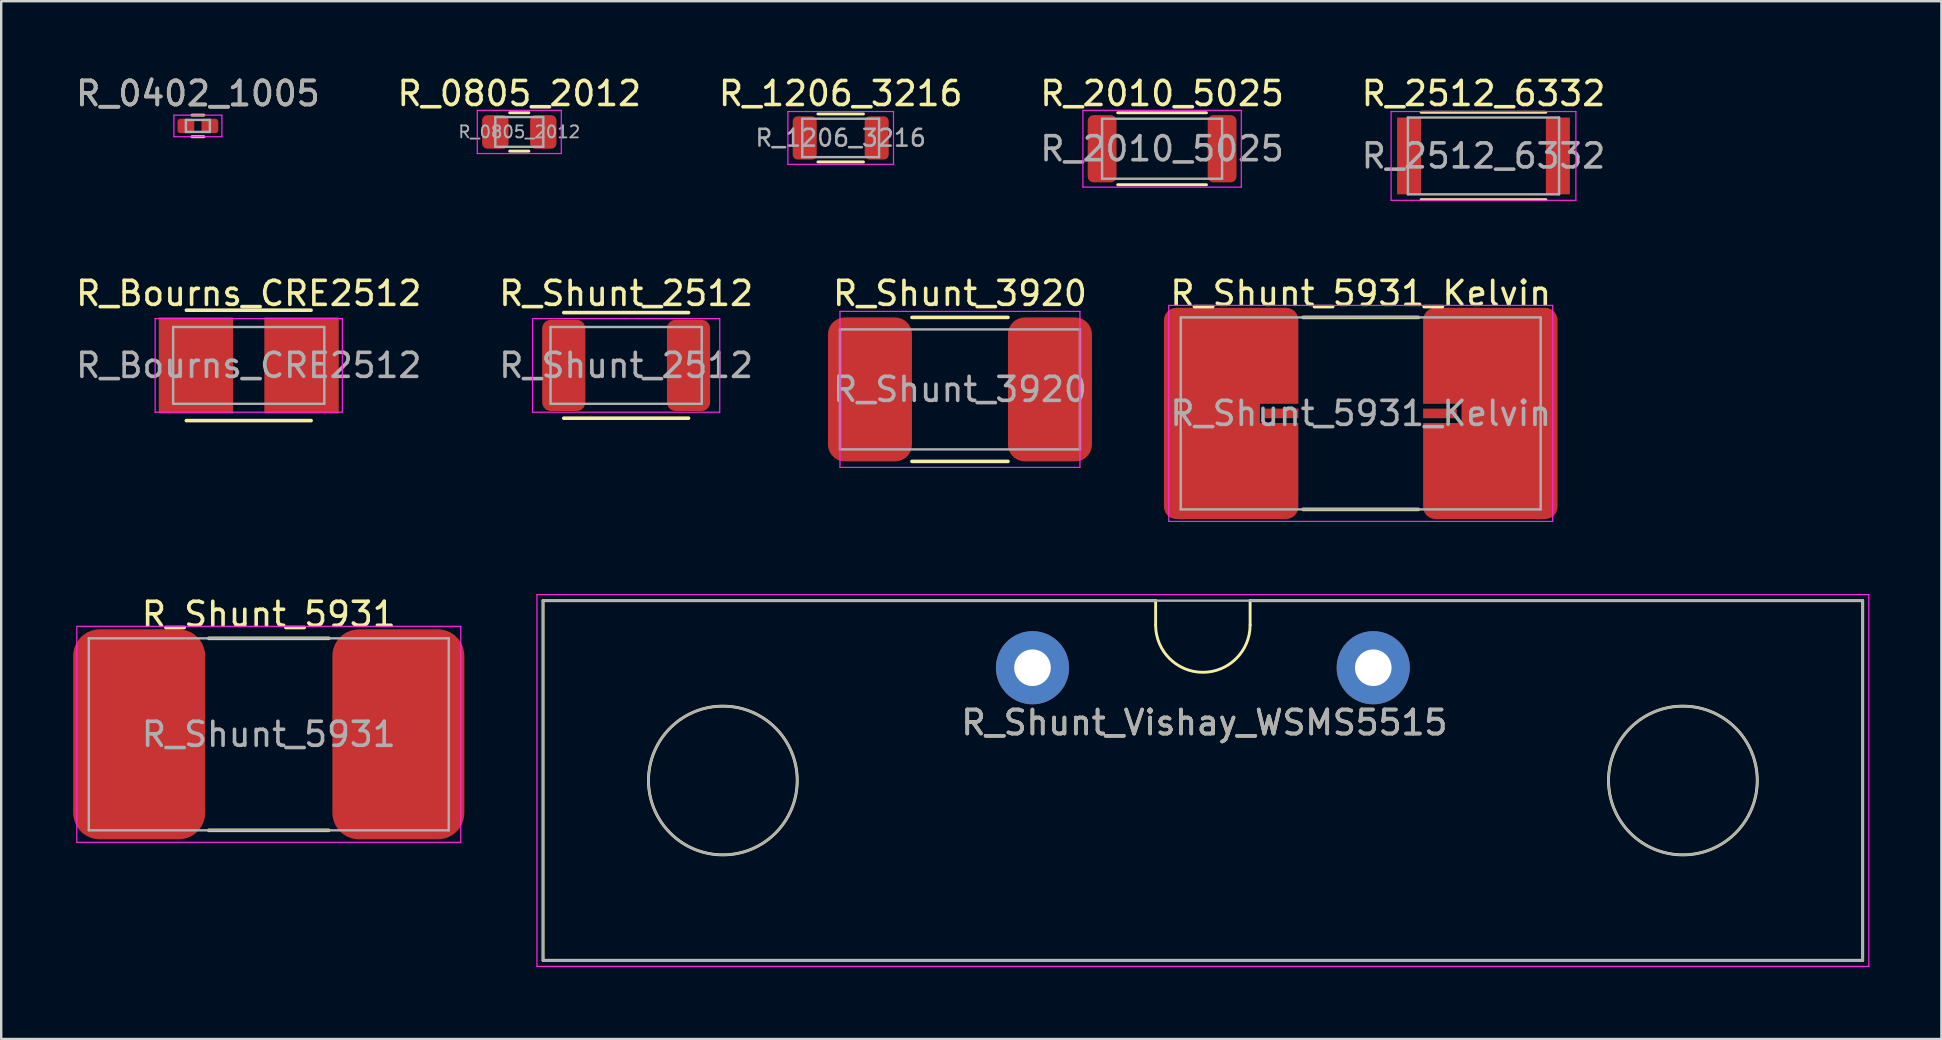
<source format=kicad_pcb>
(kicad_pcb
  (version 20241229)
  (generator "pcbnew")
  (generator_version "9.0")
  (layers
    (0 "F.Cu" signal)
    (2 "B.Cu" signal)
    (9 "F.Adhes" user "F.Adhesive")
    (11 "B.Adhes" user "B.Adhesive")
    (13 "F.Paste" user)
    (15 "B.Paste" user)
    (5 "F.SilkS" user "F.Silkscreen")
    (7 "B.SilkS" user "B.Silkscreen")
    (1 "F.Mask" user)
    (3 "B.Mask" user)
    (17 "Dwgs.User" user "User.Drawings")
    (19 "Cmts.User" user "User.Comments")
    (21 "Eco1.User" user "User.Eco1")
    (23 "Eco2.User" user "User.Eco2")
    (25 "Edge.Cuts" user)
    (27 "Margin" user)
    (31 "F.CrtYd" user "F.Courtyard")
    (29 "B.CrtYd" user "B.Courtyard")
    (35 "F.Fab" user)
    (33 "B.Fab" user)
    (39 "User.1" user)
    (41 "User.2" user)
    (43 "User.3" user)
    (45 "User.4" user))
  (footprint "R_2010_5025"
    (layer "F.Cu")
    (at 45.375 3.148)
    (property "Reference" "R_2010_5025" (at 0 -2.3 0) (layer "F.SilkS") (effects (font (size 1 1) (thickness 0.15))))
    (attr smd)
    (fp_line (start -1.85 -1.5) (end 1.85 -1.5) (stroke (width 0.12) (type solid)) (layer "F.SilkS"))
    (fp_line (start 1.85 1.5) (end -1.85 1.5) (stroke (width 0.12) (type solid)) (layer "F.SilkS"))
    (fp_line (start -3.3 -1.6) (end -3.3 1.6) (stroke (width 0.05) (type solid)) (layer "F.CrtYd"))
    (fp_line (start -3.3 -1.6) (end 3.3 -1.6) (stroke (width 0.05) (type solid)) (layer "F.CrtYd"))
    (fp_line (start 3.3 1.6) (end -3.3 1.6) (stroke (width 0.05) (type solid)) (layer "F.CrtYd"))
    (fp_line (start 3.3 1.6) (end 3.3 -1.6) (stroke (width 0.05) (type solid)) (layer "F.CrtYd"))
    (fp_line (start -2.5 -1.25) (end 2.5 -1.25) (stroke (width 0.1) (type solid)) (layer "F.Fab"))
    (fp_line (start -2.5 1.25) (end -2.5 -1.25) (stroke (width 0.1) (type solid)) (layer "F.Fab"))
    (fp_line (start 2.5 -1.25) (end 2.5 1.25) (stroke (width 0.1) (type solid)) (layer "F.Fab"))
    (fp_line (start 2.5 1.25) (end -2.5 1.25) (stroke (width 0.1) (type solid)) (layer "F.Fab"))
    (fp_text user "${REFERENCE}" (at 0 0 0) (layer "F.Fab") (effects (font (size 1 1) (thickness 0.15))))
    (pad "1" smd roundrect (at -2.5 0) (size 1.2 2.8) (layers "F.Cu" "F.Mask" "F.Paste") (roundrect_rratio 0.2))
    (pad "2" smd roundrect (at 2.5 0) (size 1.2 2.8) (layers "F.Cu" "F.Mask" "F.Paste") (roundrect_rratio 0.2)))
  (footprint "R_Bourns_CRE2512"
    (layer "F.Cu")
    (at 7.315 12.177)
    (property "Reference" "R_Bourns_CRE2512" (at 0 -3 0) (layer "F.SilkS") (effects (font (size 1 1) (thickness 0.15))))
    (attr smd)
    (fp_line (start -2.6 -2.3) (end 2.6 -2.3) (stroke (width 0.15) (type solid)) (layer "F.SilkS"))
    (fp_line (start 2.6 2.3) (end -2.6 2.3) (stroke (width 0.15) (type solid)) (layer "F.SilkS"))
    (fp_line (start -3.9 -1.95) (end -3.9 1.95) (stroke (width 0.05) (type solid)) (layer "F.CrtYd"))
    (fp_line (start -3.9 -1.95) (end 3.9 -1.95) (stroke (width 0.05) (type solid)) (layer "F.CrtYd"))
    (fp_line (start -3.9 1.95) (end 3.9 1.95) (stroke (width 0.05) (type solid)) (layer "F.CrtYd"))
    (fp_line (start 3.9 -1.95) (end 3.9 1.95) (stroke (width 0.05) (type solid)) (layer "F.CrtYd"))
    (fp_line (start -3.15 -1.6) (end 3.15 -1.6) (stroke (width 0.1) (type solid)) (layer "F.Fab"))
    (fp_line (start -3.15 1.6) (end -3.15 -1.6) (stroke (width 0.1) (type solid)) (layer "F.Fab"))
    (fp_line (start 3.15 -1.6) (end 3.15 1.6) (stroke (width 0.1) (type solid)) (layer "F.Fab"))
    (fp_line (start 3.15 1.6) (end -3.15 1.6) (stroke (width 0.1) (type solid)) (layer "F.Fab"))
    (fp_text user "${REFERENCE}" (at 0 0 0) (layer "F.Fab") (effects (font (size 1 1) (thickness 0.15))))
    (pad "1" smd rect (at -2.2 0) (size 3.1 4) (layers "F.Cu" "F.Mask" "F.Paste"))
    (pad "2" smd rect (at 2.2 0) (size 3.1 4) (layers "F.Cu" "F.Mask" "F.Paste")))
  (footprint "R_Shunt_3920"
    (layer "F.Cu")
    (at 36.952 13.177)
    (property "Reference" "R_Shunt_3920" (at 0 -4 0) (layer "F.SilkS") (effects (font (size 1 1) (thickness 0.15))))
    (attr smd)
    (fp_line (start -2 -3) (end 2 -3) (stroke (width 0.15) (type solid)) (layer "F.SilkS"))
    (fp_line (start 2 3) (end -2 3) (stroke (width 0.15) (type solid)) (layer "F.SilkS"))
    (fp_line (start -5 -3.25) (end -5 3.25) (stroke (width 0.05) (type solid)) (layer "F.CrtYd"))
    (fp_line (start -5 -3.25) (end 5 -3.25) (stroke (width 0.05) (type solid)) (layer "F.CrtYd"))
    (fp_line (start -5 3.25) (end 5 3.25) (stroke (width 0.05) (type solid)) (layer "F.CrtYd"))
    (fp_line (start 5 -3.25) (end 5 3.25) (stroke (width 0.05) (type solid)) (layer "F.CrtYd"))
    (fp_line (start -5 -2.5) (end 5 -2.5) (stroke (width 0.1) (type solid)) (layer "F.Fab"))
    (fp_line (start -5 2.5) (end -5 -2.5) (stroke (width 0.1) (type solid)) (layer "F.Fab"))
    (fp_line (start 5 -2.5) (end 5 2.5) (stroke (width 0.1) (type solid)) (layer "F.Fab"))
    (fp_line (start 5 2.5) (end -5 2.5) (stroke (width 0.1) (type solid)) (layer "F.Fab"))
    (fp_text user "${REFERENCE}" (at 0 0 0) (layer "F.Fab") (effects (font (size 1 1) (thickness 0.15))))
    (pad "1" smd roundrect (at -3.75 0) (size 3.5 6) (layers "F.Cu" "F.Mask" "F.Paste") (roundrect_rratio 0.2))
    (pad "2" smd roundrect (at 3.75 0) (size 3.5 6) (layers "F.Cu" "F.Mask" "F.Paste") (roundrect_rratio 0.2)))
  (footprint "R_Shunt_5931"
    (layer "F.Cu")
    (at 8.15 27.55)
    (property "Reference" "R_Shunt_5931" (at 0 -5 0) (layer "F.SilkS") (effects (font (size 1 1) (thickness 0.15))))
    (attr smd)
    (fp_line (start -2.5 -4) (end 2.5 -4) (stroke (width 0.15) (type solid)) (layer "F.SilkS"))
    (fp_line (start 2.5 4) (end -2.5 4) (stroke (width 0.15) (type solid)) (layer "F.SilkS"))
    (fp_line (start -8 -4.5) (end -8 4.5) (stroke (width 0.05) (type solid)) (layer "F.CrtYd"))
    (fp_line (start -8 -4.5) (end 8 -4.5) (stroke (width 0.05) (type solid)) (layer "F.CrtYd"))
    (fp_line (start -8 4.5) (end 8 4.5) (stroke (width 0.05) (type solid)) (layer "F.CrtYd"))
    (fp_line (start 8 -4.5) (end 8 4.5) (stroke (width 0.05) (type solid)) (layer "F.CrtYd"))
    (fp_line (start -7.5 -4) (end 7.5 -4) (stroke (width 0.1) (type solid)) (layer "F.Fab"))
    (fp_line (start -7.5 4) (end -7.5 -4) (stroke (width 0.1) (type solid)) (layer "F.Fab"))
    (fp_line (start 7.5 -4) (end 7.5 4) (stroke (width 0.1) (type solid)) (layer "F.Fab"))
    (fp_line (start 7.5 4) (end -7.5 4) (stroke (width 0.1) (type solid)) (layer "F.Fab"))
    (fp_text user "${REFERENCE}" (at 0 0 0) (layer "F.Fab") (effects (font (size 1 1) (thickness 0.15))))
    (pad "1" smd roundrect (at -5.4 0) (size 5.5 8.75) (layers "F.Cu" "F.Mask" "F.Paste") (roundrect_rratio 0.2))
    (pad "2" smd roundrect (at 5.4 0) (size 5.5 8.75) (layers "F.Cu" "F.Mask" "F.Paste") (roundrect_rratio 0.2)))
  (footprint "R_Shunt_Vishay_WSMS5515"
    (layer "F.Cu")
    (at 19.579 36.967)
    (property "Reference" "R_Shunt_Vishay_WSMS5515" (at 27.559 -9.906 0) (layer "F.SilkS") (effects (font (size 1 1) (thickness 0.15))))
    (attr through_hole)
    (fp_line (start 0 -14.986) (end 0 0) (stroke (width 0.12) (type solid)) (layer "F.SilkS"))
    (fp_line (start 0 0) (end 54.991 0) (stroke (width 0.12) (type solid)) (layer "F.SilkS"))
    (fp_line (start 25.527 -14.986) (end 0 -14.986) (stroke (width 0.12) (type solid)) (layer "F.SilkS"))
    (fp_line (start 25.527 -13.97) (end 25.527 -14.986) (stroke (width 0.12) (type solid)) (layer "F.SilkS"))
    (fp_line (start 29.464 -14.986) (end 54.991 -14.986) (stroke (width 0.12) (type solid)) (layer "F.SilkS"))
    (fp_line (start 29.464 -13.97) (end 29.464 -14.986) (stroke (width 0.12) (type solid)) (layer "F.SilkS"))
    (fp_line (start 54.991 0) (end 54.991 -14.986) (stroke (width 0.12) (type solid)) (layer "F.SilkS"))
    (fp_arc (start 29.464 -13.97) (mid 27.4955 -12.0015) (end 25.527 -13.97) (stroke (width 0.12) (type solid)) (layer "F.SilkS"))
    (fp_circle (center 7.493 -7.493) (end 10.592 -7.493) (stroke (width 0.12) (type solid)) (fill no) (layer "F.SilkS"))
    (fp_circle (center 47.498 -7.493) (end 50.597 -7.493) (stroke (width 0.12) (type solid)) (fill no) (layer "F.SilkS"))
    (fp_line (start -0.254 -15.24) (end -0.254 0.254) (stroke (width 0.05) (type solid)) (layer "F.CrtYd"))
    (fp_line (start -0.254 -15.24) (end 55.245 -15.24) (stroke (width 0.05) (type solid)) (layer "F.CrtYd"))
    (fp_line (start -0.254 0.254) (end 55.245 0.254) (stroke (width 0.05) (type solid)) (layer "F.CrtYd"))
    (fp_line (start 55.245 -15.24) (end 55.245 0.254) (stroke (width 0.05) (type solid)) (layer "F.CrtYd"))
    (fp_line (start 0 -14.986) (end 0 0) (stroke (width 0.1) (type solid)) (layer "F.Fab"))
    (fp_line (start 0 0) (end 54.991 0) (stroke (width 0.1) (type solid)) (layer "F.Fab"))
    (fp_line (start 54.991 -14.986) (end 0 -14.986) (stroke (width 0.1) (type solid)) (layer "F.Fab"))
    (fp_line (start 54.991 0) (end 54.991 -14.986) (stroke (width 0.1) (type solid)) (layer "F.Fab"))
    (fp_circle (center 7.493 -7.493) (end 10.592 -7.493) (stroke (width 0.1) (type solid)) (fill no) (layer "F.Fab"))
    (fp_circle (center 47.498 -7.493) (end 50.597 -7.493) (stroke (width 0.1) (type solid)) (fill no) (layer "F.Fab"))
    (fp_text user "${REFERENCE}" (at 27.559 -9.906 0) (layer "F.Fab") (effects (font (size 1 1) (thickness 0.15))))
    (pad "1" thru_hole circle (at 20.396 -12.192) (size 3.048 3.048) (drill 1.524) (layers "*.Cu" "*.Mask"))
    (pad "2" thru_hole circle (at 34.595 -12.192) (size 3.048 3.048) (drill 1.524) (layers "*.Cu" "*.Mask")))
  (footprint "R_1206_3216"
    (layer "F.Cu")
    (at 31.982 2.698)
    (property "Reference" "R_1206_3216" (at 0 -1.85 0) (layer "F.SilkS") (effects (font (size 1 1) (thickness 0.15))))
    (attr smd)
    (fp_line (start -0.95 -1) (end 0.95 -1) (stroke (width 0.12) (type solid)) (layer "F.SilkS"))
    (fp_line (start 0.95 1) (end -0.95 1) (stroke (width 0.12) (type solid)) (layer "F.SilkS"))
    (fp_line (start -2.2 -1.1) (end -2.2 1.1) (stroke (width 0.05) (type solid)) (layer "F.CrtYd"))
    (fp_line (start -2.2 -1.1) (end 2.2 -1.1) (stroke (width 0.05) (type solid)) (layer "F.CrtYd"))
    (fp_line (start 2.2 1.1) (end -2.2 1.1) (stroke (width 0.05) (type solid)) (layer "F.CrtYd"))
    (fp_line (start 2.2 1.1) (end 2.2 -1.1) (stroke (width 0.05) (type solid)) (layer "F.CrtYd"))
    (fp_line (start -1.6 -0.8) (end 1.6 -0.8) (stroke (width 0.1) (type solid)) (layer "F.Fab"))
    (fp_line (start -1.6 0.8) (end -1.6 -0.8) (stroke (width 0.1) (type solid)) (layer "F.Fab"))
    (fp_line (start 1.6 -0.8) (end 1.6 0.8) (stroke (width 0.1) (type solid)) (layer "F.Fab"))
    (fp_line (start 1.6 0.8) (end -1.6 0.8) (stroke (width 0.1) (type solid)) (layer "F.Fab"))
    (fp_text user "${REFERENCE}" (at 0 0 0) (layer "F.Fab") (effects (font (size 0.7 0.7) (thickness 0.105))))
    (pad "1" smd roundrect (at -1.5 0) (size 1 1.8) (layers "F.Cu" "F.Mask" "F.Paste") (roundrect_rratio 0.2))
    (pad "2" smd roundrect (at 1.5 0) (size 1 1.8) (layers "F.Cu" "F.Mask" "F.Paste") (roundrect_rratio 0.2)))
  (footprint "R_Shunt_2512"
    (layer "F.Cu")
    (at 23.042 12.177)
    (property "Reference" "R_Shunt_2512" (at 0 -3 0) (layer "F.SilkS") (effects (font (size 1 1) (thickness 0.15))))
    (attr smd)
    (fp_line (start -2.6 -2.2) (end 2.6 -2.2) (stroke (width 0.15) (type solid)) (layer "F.SilkS"))
    (fp_line (start 2.6 2.2) (end -2.6 2.2) (stroke (width 0.15) (type solid)) (layer "F.SilkS"))
    (fp_line (start -3.9 -1.95) (end -3.9 1.95) (stroke (width 0.05) (type solid)) (layer "F.CrtYd"))
    (fp_line (start -3.9 -1.95) (end 3.9 -1.95) (stroke (width 0.05) (type solid)) (layer "F.CrtYd"))
    (fp_line (start -3.9 1.95) (end 3.9 1.95) (stroke (width 0.05) (type solid)) (layer "F.CrtYd"))
    (fp_line (start 3.9 -1.95) (end 3.9 1.95) (stroke (width 0.05) (type solid)) (layer "F.CrtYd"))
    (fp_line (start -3.15 -1.6) (end 3.15 -1.6) (stroke (width 0.1) (type solid)) (layer "F.Fab"))
    (fp_line (start -3.15 1.6) (end -3.15 -1.6) (stroke (width 0.1) (type solid)) (layer "F.Fab"))
    (fp_line (start 3.15 -1.6) (end 3.15 1.6) (stroke (width 0.1) (type solid)) (layer "F.Fab"))
    (fp_line (start 3.15 1.6) (end -3.15 1.6) (stroke (width 0.1) (type solid)) (layer "F.Fab"))
    (fp_text user "${REFERENCE}" (at 0 0 0) (layer "F.Fab") (effects (font (size 1 1) (thickness 0.15))))
    (pad "1" smd roundrect (at -2.6 0) (size 1.8 3.8) (layers "F.Cu" "F.Mask" "F.Paste") (roundrect_rratio 0.2))
    (pad "2" smd roundrect (at 2.6 0) (size 1.8 3.8) (layers "F.Cu" "F.Mask" "F.Paste") (roundrect_rratio 0.2)))
  (footprint "R_2512_6332"
    (layer "F.Cu")
    (at 58.768 3.448)
    (property "Reference" "R_2512_6332" (at 0 -2.6 0) (layer "F.SilkS") (effects (font (size 1 1) (thickness 0.15))))
    (attr smd)
    (fp_line (start -2.6 -1.82) (end 2.6 -1.82) (stroke (width 0.12) (type solid)) (layer "F.SilkS"))
    (fp_line (start 2.6 1.82) (end -2.6 1.82) (stroke (width 0.12) (type solid)) (layer "F.SilkS"))
    (fp_line (start -3.85 -1.85) (end -3.85 1.85) (stroke (width 0.05) (type solid)) (layer "F.CrtYd"))
    (fp_line (start -3.85 -1.85) (end 3.85 -1.85) (stroke (width 0.05) (type solid)) (layer "F.CrtYd"))
    (fp_line (start 3.85 1.85) (end -3.85 1.85) (stroke (width 0.05) (type solid)) (layer "F.CrtYd"))
    (fp_line (start 3.85 1.85) (end 3.85 -1.85) (stroke (width 0.05) (type solid)) (layer "F.CrtYd"))
    (fp_line (start -3.15 -1.6) (end 3.15 -1.6) (stroke (width 0.1) (type solid)) (layer "F.Fab"))
    (fp_line (start -3.15 1.6) (end -3.15 -1.6) (stroke (width 0.1) (type solid)) (layer "F.Fab"))
    (fp_line (start 3.15 -1.6) (end 3.15 1.6) (stroke (width 0.1) (type solid)) (layer "F.Fab"))
    (fp_line (start 3.15 1.6) (end -3.15 1.6) (stroke (width 0.1) (type solid)) (layer "F.Fab"))
    (fp_text user "${REFERENCE}" (at 0 0 0) (layer "F.Fab") (effects (font (size 1 1) (thickness 0.15))))
    (pad "1" smd rect (at -3.1 0) (size 1 3.2) (layers "F.Cu" "F.Mask" "F.Paste"))
    (pad "2" smd rect (at 3.1 0) (size 1 3.2) (layers "F.Cu" "F.Mask" "F.Paste")))
  (footprint "R_0402_1005"
    (layer "F.Cu")
    (at 5.196 2.198)
    (property "Reference" "R_0402_1005" (at 0 -1.35 0) (layer "F.SilkS") (effects (font (size 1 1) (thickness 0.15))))
    (attr smd)
    (fp_line (start -0.25 0.45) (end 0.25 0.45) (stroke (width 0.12) (type solid)) (layer "F.SilkS"))
    (fp_line (start 0.25 -0.45) (end -0.25 -0.45) (stroke (width 0.12) (type solid)) (layer "F.SilkS"))
    (fp_line (start -1 -0.45) (end -1 0.45) (stroke (width 0.05) (type solid)) (layer "F.CrtYd"))
    (fp_line (start -1 -0.45) (end 1 -0.45) (stroke (width 0.05) (type solid)) (layer "F.CrtYd"))
    (fp_line (start 1 0.45) (end -1 0.45) (stroke (width 0.05) (type solid)) (layer "F.CrtYd"))
    (fp_line (start 1 0.45) (end 1 -0.45) (stroke (width 0.05) (type solid)) (layer "F.CrtYd"))
    (fp_line (start -0.5 -0.25) (end 0.5 -0.25) (stroke (width 0.1) (type solid)) (layer "F.Fab"))
    (fp_line (start -0.5 0.25) (end -0.5 -0.25) (stroke (width 0.1) (type solid)) (layer "F.Fab"))
    (fp_line (start 0.5 -0.25) (end 0.5 0.25) (stroke (width 0.1) (type solid)) (layer "F.Fab"))
    (fp_line (start 0.5 0.25) (end -0.5 0.25) (stroke (width 0.1) (type solid)) (layer "F.Fab"))
    (fp_text user "${REFERENCE}" (at 0 -1.35 0) (layer "F.Fab") (effects (font (size 1 1) (thickness 0.15))))
    (pad "1" smd roundrect (at -0.5 0) (size 0.7 0.6) (layers "F.Cu" "F.Mask" "F.Paste") (roundrect_rratio 0.2))
    (pad "2" smd roundrect (at 0.5 0) (size 0.7 0.6) (layers "F.Cu" "F.Mask" "F.Paste") (roundrect_rratio 0.2)))
  (footprint "R_0805_2012"
    (layer "F.Cu")
    (at 18.589 2.448)
    (property "Reference" "R_0805_2012" (at 0 -1.6 0) (layer "F.SilkS") (effects (font (size 1 1) (thickness 0.15))))
    (attr smd)
    (fp_line (start -0.4 -0.8) (end 0.4 -0.8) (stroke (width 0.12) (type solid)) (layer "F.SilkS"))
    (fp_line (start 0.4 0.8) (end -0.4 0.8) (stroke (width 0.12) (type solid)) (layer "F.SilkS"))
    (fp_line (start -1.75 -0.9) (end -1.75 0.9) (stroke (width 0.05) (type solid)) (layer "F.CrtYd"))
    (fp_line (start -1.75 -0.9) (end 1.75 -0.9) (stroke (width 0.05) (type solid)) (layer "F.CrtYd"))
    (fp_line (start 1.75 0.9) (end -1.75 0.9) (stroke (width 0.05) (type solid)) (layer "F.CrtYd"))
    (fp_line (start 1.75 0.9) (end 1.75 -0.9) (stroke (width 0.05) (type solid)) (layer "F.CrtYd"))
    (fp_line (start -1 -0.62) (end 1 -0.62) (stroke (width 0.1) (type solid)) (layer "F.Fab"))
    (fp_line (start -1 0.62) (end -1 -0.62) (stroke (width 0.1) (type solid)) (layer "F.Fab"))
    (fp_line (start 1 -0.62) (end 1 0.62) (stroke (width 0.1) (type solid)) (layer "F.Fab"))
    (fp_line (start 1 0.62) (end -1 0.62) (stroke (width 0.1) (type solid)) (layer "F.Fab"))
    (fp_text user "${REFERENCE}" (at 0 0 0) (layer "F.Fab") (effects (font (size 0.5 0.5) (thickness 0.075))))
    (pad "1" smd roundrect (at -1 0) (size 1.1 1.4) (layers "F.Cu" "F.Mask" "F.Paste") (roundrect_rratio 0.2))
    (pad "2" smd roundrect (at 1 0) (size 1.1 1.4) (layers "F.Cu" "F.Mask" "F.Paste") (roundrect_rratio 0.2)))
  (footprint "R_Shunt_5931_Kelvin"
    (layer "F.Cu")
    (at 53.652 14.177)
    (property "Reference" "R_Shunt_5931_Kelvin" (at 0 -5 0) (layer "F.SilkS") (effects (font (size 1 1) (thickness 0.15))))
    (attr smd)
    (fp_line (start -2.4 -4) (end 2.4 -4) (stroke (width 0.15) (type solid)) (layer "F.SilkS"))
    (fp_line (start 2.4 4) (end -2.4 4) (stroke (width 0.15) (type solid)) (layer "F.SilkS"))
    (fp_line (start -8 -4.5) (end -8 4.5) (stroke (width 0.05) (type solid)) (layer "F.CrtYd"))
    (fp_line (start -8 -4.5) (end 8 -4.5) (stroke (width 0.05) (type solid)) (layer "F.CrtYd"))
    (fp_line (start -8 4.5) (end 8 4.5) (stroke (width 0.05) (type solid)) (layer "F.CrtYd"))
    (fp_line (start 8 -4.5) (end 8 4.5) (stroke (width 0.05) (type solid)) (layer "F.CrtYd"))
    (fp_line (start -7.5 -4) (end 7.5 -4) (stroke (width 0.1) (type solid)) (layer "F.Fab"))
    (fp_line (start -7.5 4) (end -7.5 -4) (stroke (width 0.1) (type solid)) (layer "F.Fab"))
    (fp_line (start 7.5 -4) (end 7.5 4) (stroke (width 0.1) (type solid)) (layer "F.Fab"))
    (fp_line (start 7.5 4) (end -7.5 4) (stroke (width 0.1) (type solid)) (layer "F.Fab"))
    (fp_text user "${REFERENCE}" (at 0 0 0) (layer "F.Fab") (effects (font (size 1 1) (thickness 0.15))))
    (pad "1" smd custom (at -5.4 0) (size 2.2 2.2) (layers "F.Cu" "F.Mask" "F.Paste") (options (anchor circle)) (primitives (gr_poly (pts (xy -2.8 -3.891) (xy -2.788 -4) (xy -2.737 -4.135) (xy -2.651 -4.251) (xy -2.535 -4.337) (xy -2.4 -4.388) (xy -2.291 -4.4) (xy 2.291 -4.4) (xy 2.4 -4.388) (xy 2.535 -4.337) (xy 2.651 -4.251) (xy 2.737 -4.135) (xy 2.788 -4) (xy 2.8 -3.891) (xy 2.8 -0.4) (xy 1.2 -0.4) (xy 1.2 0.4) (xy 2.8 0.4) (xy 2.8 3.891) (xy 2.788 4) (xy 2.737 4.135) (xy 2.651 4.251) (xy 2.535 4.337) (xy 2.4 4.388) (xy 2.291 4.4) (xy -2.291 4.4) (xy -2.4 4.388) (xy -2.535 4.337) (xy -2.651 4.251) (xy -2.737 4.135) (xy -2.788 4) (xy -2.8 3.891)) (width 0) (fill yes))))
    (pad "2" smd rect (at -3.3 0 180) (size 1.4 0.4) (layers "F.Cu" "F.Mask" "F.Paste"))
    (pad "3" smd rect (at 3.3 0 180) (size 1.4 0.4) (layers "F.Cu" "F.Mask" "F.Paste"))
    (pad "4" smd custom (at 5.4 0) (size 2.2 2.2) (layers "F.Cu" "F.Mask" "F.Paste") (options (anchor circle)) (primitives (gr_poly (pts (xy -2.8 0.4) (xy -1.2 0.4) (xy -1.2 -0.4) (xy -2.8 -0.4) (xy -2.8 -3.891) (xy -2.788 -4) (xy -2.737 -4.135) (xy -2.651 -4.251) (xy -2.535 -4.337) (xy -2.4 -4.388) (xy -2.291 -4.4) (xy 2.291 -4.4) (xy 2.4 -4.388) (xy 2.535 -4.337) (xy 2.651 -4.251) (xy 2.737 -4.135) (xy 2.788 -4) (xy 2.8 -3.891) (xy 2.8 3.891) (xy 2.788 4) (xy 2.737 4.135) (xy 2.651 4.251) (xy 2.535 4.337) (xy 2.4 4.388) (xy 2.291 4.4) (xy -2.291 4.4) (xy -2.4 4.388) (xy -2.535 4.337) (xy -2.651 4.251) (xy -2.737 4.135) (xy -2.788 4) (xy -2.8 3.891)) (width 0) (fill yes)))))
  (gr_rect
    (start -3 -3)
    (end 77.849 40.245)
    (stroke (width 0.1) (type default))
    (fill no)
    (layer "Edge.Cuts")))
</source>
